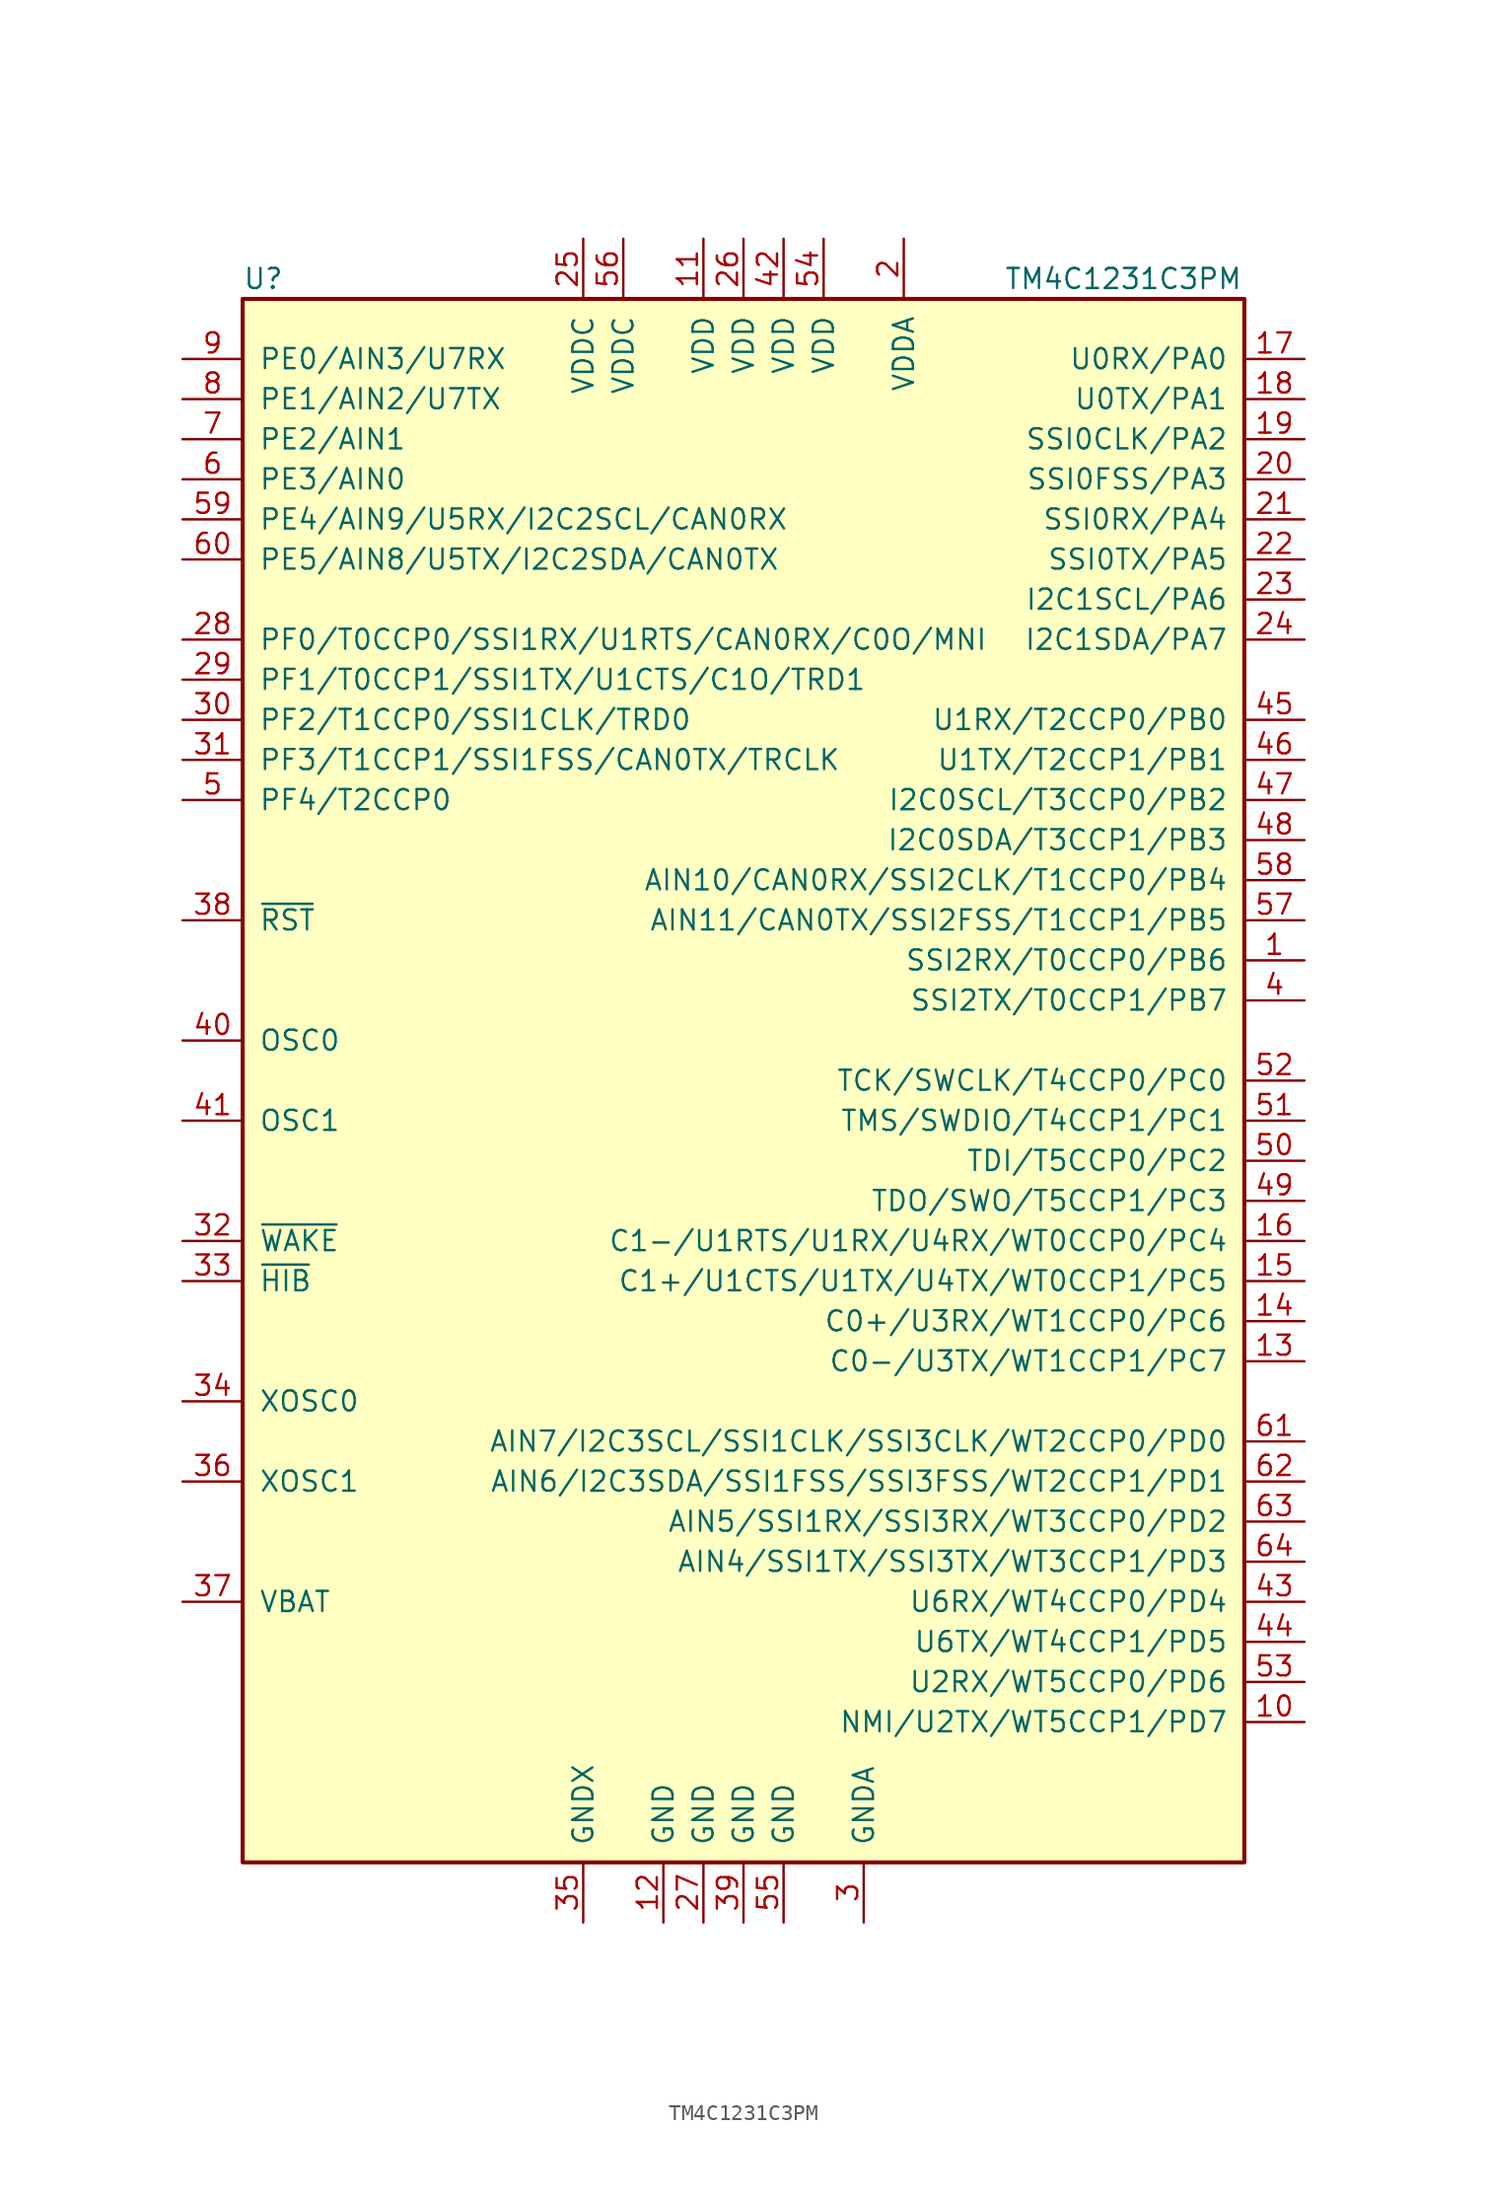
<source format=kicad_sym>
(kicad_symbol_lib
  (version 20201005)
  (generator kicad_symbol_editor)
  (symbol "TM4C1231C3PM"
    (pin_names
      (offset 1.016))
    (property "Reference" "U"
      (at -31.75 50.8 0)
      (effects (font (size 1.27 1.27)) (justify left)))
    (property "Value" "TM4C1231C3PM"
      (at 16.51 50.8 0)
      (effects (font (size 1.27 1.27)) (justify left)))
    (symbol "TM4C1231C3PM_0_1"
      (rectangle (start -31.75 49.53) (end 31.75 -49.53) (stroke (width 0.254)) (fill (type background))))
    (symbol "TM4C1231C3PM_1_1"
      (pin bidirectional line (at 35.56 7.62 180) (length 3.81) (name "SSI2RX/T0CCP0/PB6" (effects (font (size 1.27 1.27)))) (number "1" (effects (font (size 1.27 1.27)))))
      (pin bidirectional line (at 35.56 -40.64 180) (length 3.81) (name "NMI/U2TX/WT5CCP1/PD7" (effects (font (size 1.27 1.27)))) (number "10" (effects (font (size 1.27 1.27)))))
      (pin power_in line (at -2.54 53.34 270) (length 3.81) (name "VDD" (effects (font (size 1.27 1.27)))) (number "11" (effects (font (size 1.27 1.27)))))
      (pin power_in line (at -5.08 -53.34 90) (length 3.81) (name "GND" (effects (font (size 1.27 1.27)))) (number "12" (effects (font (size 1.27 1.27)))))
      (pin bidirectional line (at 35.56 -17.78 180) (length 3.81) (name "C0-/U3TX/WT1CCP1/PC7" (effects (font (size 1.27 1.27)))) (number "13" (effects (font (size 1.27 1.27)))))
      (pin bidirectional line (at 35.56 -15.24 180) (length 3.81) (name "C0+/U3RX/WT1CCP0/PC6" (effects (font (size 1.27 1.27)))) (number "14" (effects (font (size 1.27 1.27)))))
      (pin bidirectional line (at 35.56 -12.7 180) (length 3.81) (name "C1+/U1CTS/U1TX/U4TX/WT0CCP1/PC5" (effects (font (size 1.27 1.27)))) (number "15" (effects (font (size 1.27 1.27)))))
      (pin bidirectional line (at 35.56 -10.16 180) (length 3.81) (name "C1-/U1RTS/U1RX/U4RX/WT0CCP0/PC4" (effects (font (size 1.27 1.27)))) (number "16" (effects (font (size 1.27 1.27)))))
      (pin bidirectional line (at 35.56 45.72 180) (length 3.81) (name "U0RX/PA0" (effects (font (size 1.27 1.27)))) (number "17" (effects (font (size 1.27 1.27)))))
      (pin bidirectional line (at 35.56 43.18 180) (length 3.81) (name "U0TX/PA1" (effects (font (size 1.27 1.27)))) (number "18" (effects (font (size 1.27 1.27)))))
      (pin bidirectional line (at 35.56 40.64 180) (length 3.81) (name "SSI0CLK/PA2" (effects (font (size 1.27 1.27)))) (number "19" (effects (font (size 1.27 1.27)))))
      (pin power_in line (at 10.16 53.34 270) (length 3.81) (name "VDDA" (effects (font (size 1.27 1.27)))) (number "2" (effects (font (size 1.27 1.27)))))
      (pin bidirectional line (at 35.56 38.1 180) (length 3.81) (name "SSI0FSS/PA3" (effects (font (size 1.27 1.27)))) (number "20" (effects (font (size 1.27 1.27)))))
      (pin bidirectional line (at 35.56 35.56 180) (length 3.81) (name "SSI0RX/PA4" (effects (font (size 1.27 1.27)))) (number "21" (effects (font (size 1.27 1.27)))))
      (pin bidirectional line (at 35.56 33.02 180) (length 3.81) (name "SSI0TX/PA5" (effects (font (size 1.27 1.27)))) (number "22" (effects (font (size 1.27 1.27)))))
      (pin bidirectional line (at 35.56 30.48 180) (length 3.81) (name "I2C1SCL/PA6" (effects (font (size 1.27 1.27)))) (number "23" (effects (font (size 1.27 1.27)))))
      (pin bidirectional line (at 35.56 27.94 180) (length 3.81) (name "I2C1SDA/PA7" (effects (font (size 1.27 1.27)))) (number "24" (effects (font (size 1.27 1.27)))))
      (pin power_in line (at -10.16 53.34 270) (length 3.81) (name "VDDC" (effects (font (size 1.27 1.27)))) (number "25" (effects (font (size 1.27 1.27)))))
      (pin power_in line (at 0 53.34 270) (length 3.81) (name "VDD" (effects (font (size 1.27 1.27)))) (number "26" (effects (font (size 1.27 1.27)))))
      (pin power_in line (at -2.54 -53.34 90) (length 3.81) (name "GND" (effects (font (size 1.27 1.27)))) (number "27" (effects (font (size 1.27 1.27)))))
      (pin bidirectional line (at -35.56 27.94 0) (length 3.81) (name "PF0/T0CCP0/SSI1RX/U1RTS/CAN0RX/C0O/MNI" (effects (font (size 1.27 1.27)))) (number "28" (effects (font (size 1.27 1.27)))))
      (pin bidirectional line (at -35.56 25.4 0) (length 3.81) (name "PF1/T0CCP1/SSI1TX/U1CTS/C1O/TRD1" (effects (font (size 1.27 1.27)))) (number "29" (effects (font (size 1.27 1.27)))))
      (pin power_in line (at 7.62 -53.34 90) (length 3.81) (name "GNDA" (effects (font (size 1.27 1.27)))) (number "3" (effects (font (size 1.27 1.27)))))
      (pin bidirectional line (at -35.56 22.86 0) (length 3.81) (name "PF2/T1CCP0/SSI1CLK/TRD0" (effects (font (size 1.27 1.27)))) (number "30" (effects (font (size 1.27 1.27)))))
      (pin bidirectional line (at -35.56 20.32 0) (length 3.81) (name "PF3/T1CCP1/SSI1FSS/CAN0TX/TRCLK" (effects (font (size 1.27 1.27)))) (number "31" (effects (font (size 1.27 1.27)))))
      (pin input line (at -35.56 -10.16 0) (length 3.81) (name "~WAKE~" (effects (font (size 1.27 1.27)))) (number "32" (effects (font (size 1.27 1.27)))))
      (pin open_collector line (at -35.56 -12.7 0) (length 3.81) (name "~HIB~" (effects (font (size 1.27 1.27)))) (number "33" (effects (font (size 1.27 1.27)))))
      (pin passive line (at -35.56 -20.32 0) (length 3.81) (name "XOSC0" (effects (font (size 1.27 1.27)))) (number "34" (effects (font (size 1.27 1.27)))))
      (pin power_in line (at -10.16 -53.34 90) (length 3.81) (name "GNDX" (effects (font (size 1.27 1.27)))) (number "35" (effects (font (size 1.27 1.27)))))
      (pin passive line (at -35.56 -25.4 0) (length 3.81) (name "XOSC1" (effects (font (size 1.27 1.27)))) (number "36" (effects (font (size 1.27 1.27)))))
      (pin passive line (at -35.56 -33.02 0) (length 3.81) (name "VBAT" (effects (font (size 1.27 1.27)))) (number "37" (effects (font (size 1.27 1.27)))))
      (pin input line (at -35.56 10.16 0) (length 3.81) (name "~RST~" (effects (font (size 1.27 1.27)))) (number "38" (effects (font (size 1.27 1.27)))))
      (pin bidirectional line (at 0 -53.34 90) (length 3.81) (name "GND" (effects (font (size 1.27 1.27)))) (number "39" (effects (font (size 1.27 1.27)))))
      (pin bidirectional line (at 35.56 5.08 180) (length 3.81) (name "SSI2TX/T0CCP1/PB7" (effects (font (size 1.27 1.27)))) (number "4" (effects (font (size 1.27 1.27)))))
      (pin passive line (at -35.56 2.54 0) (length 3.81) (name "OSC0" (effects (font (size 1.27 1.27)))) (number "40" (effects (font (size 1.27 1.27)))))
      (pin passive line (at -35.56 -2.54 0) (length 3.81) (name "OSC1" (effects (font (size 1.27 1.27)))) (number "41" (effects (font (size 1.27 1.27)))))
      (pin power_in line (at 2.54 53.34 270) (length 3.81) (name "VDD" (effects (font (size 1.27 1.27)))) (number "42" (effects (font (size 1.27 1.27)))))
      (pin bidirectional line (at 35.56 -33.02 180) (length 3.81) (name "U6RX/WT4CCP0/PD4" (effects (font (size 1.27 1.27)))) (number "43" (effects (font (size 1.27 1.27)))))
      (pin bidirectional line (at 35.56 -35.56 180) (length 3.81) (name "U6TX/WT4CCP1/PD5" (effects (font (size 1.27 1.27)))) (number "44" (effects (font (size 1.27 1.27)))))
      (pin bidirectional line (at 35.56 22.86 180) (length 3.81) (name "U1RX/T2CCP0/PB0" (effects (font (size 1.27 1.27)))) (number "45" (effects (font (size 1.27 1.27)))))
      (pin bidirectional line (at 35.56 20.32 180) (length 3.81) (name "U1TX/T2CCP1/PB1" (effects (font (size 1.27 1.27)))) (number "46" (effects (font (size 1.27 1.27)))))
      (pin bidirectional line (at 35.56 17.78 180) (length 3.81) (name "I2C0SCL/T3CCP0/PB2" (effects (font (size 1.27 1.27)))) (number "47" (effects (font (size 1.27 1.27)))))
      (pin bidirectional line (at 35.56 15.24 180) (length 3.81) (name "I2C0SDA/T3CCP1/PB3" (effects (font (size 1.27 1.27)))) (number "48" (effects (font (size 1.27 1.27)))))
      (pin bidirectional line (at 35.56 -7.62 180) (length 3.81) (name "TDO/SWO/T5CCP1/PC3" (effects (font (size 1.27 1.27)))) (number "49" (effects (font (size 1.27 1.27)))))
      (pin bidirectional line (at -35.56 17.78 0) (length 3.81) (name "PF4/T2CCP0" (effects (font (size 1.27 1.27)))) (number "5" (effects (font (size 1.27 1.27)))))
      (pin bidirectional line (at 35.56 -5.08 180) (length 3.81) (name "TDI/T5CCP0/PC2" (effects (font (size 1.27 1.27)))) (number "50" (effects (font (size 1.27 1.27)))))
      (pin bidirectional line (at 35.56 -2.54 180) (length 3.81) (name "TMS/SWDIO/T4CCP1/PC1" (effects (font (size 1.27 1.27)))) (number "51" (effects (font (size 1.27 1.27)))))
      (pin bidirectional line (at 35.56 0 180) (length 3.81) (name "TCK/SWCLK/T4CCP0/PC0" (effects (font (size 1.27 1.27)))) (number "52" (effects (font (size 1.27 1.27)))))
      (pin bidirectional line (at 35.56 -38.1 180) (length 3.81) (name "U2RX/WT5CCP0/PD6" (effects (font (size 1.27 1.27)))) (number "53" (effects (font (size 1.27 1.27)))))
      (pin power_in line (at 5.08 53.34 270) (length 3.81) (name "VDD" (effects (font (size 1.27 1.27)))) (number "54" (effects (font (size 1.27 1.27)))))
      (pin power_in line (at 2.54 -53.34 90) (length 3.81) (name "GND" (effects (font (size 1.27 1.27)))) (number "55" (effects (font (size 1.27 1.27)))))
      (pin power_in line (at -7.62 53.34 270) (length 3.81) (name "VDDC" (effects (font (size 1.27 1.27)))) (number "56" (effects (font (size 1.27 1.27)))))
      (pin bidirectional line (at 35.56 10.16 180) (length 3.81) (name "AIN11/CAN0TX/SSI2FSS/T1CCP1/PB5" (effects (font (size 1.27 1.27)))) (number "57" (effects (font (size 1.27 1.27)))))
      (pin bidirectional line (at 35.56 12.7 180) (length 3.81) (name "AIN10/CAN0RX/SSI2CLK/T1CCP0/PB4" (effects (font (size 1.27 1.27)))) (number "58" (effects (font (size 1.27 1.27)))))
      (pin bidirectional line (at -35.56 35.56 0) (length 3.81) (name "PE4/AIN9/U5RX/I2C2SCL/CAN0RX" (effects (font (size 1.27 1.27)))) (number "59" (effects (font (size 1.27 1.27)))))
      (pin bidirectional line (at -35.56 38.1 0) (length 3.81) (name "PE3/AIN0" (effects (font (size 1.27 1.27)))) (number "6" (effects (font (size 1.27 1.27)))))
      (pin bidirectional line (at -35.56 33.02 0) (length 3.81) (name "PE5/AIN8/U5TX/I2C2SDA/CAN0TX" (effects (font (size 1.27 1.27)))) (number "60" (effects (font (size 1.27 1.27)))))
      (pin bidirectional line (at 35.56 -22.86 180) (length 3.81) (name "AIN7/I2C3SCL/SSI1CLK/SSI3CLK/WT2CCP0/PD0" (effects (font (size 1.27 1.27)))) (number "61" (effects (font (size 1.27 1.27)))))
      (pin bidirectional line (at 35.56 -25.4 180) (length 3.81) (name "AIN6/I2C3SDA/SSI1FSS/SSI3FSS/WT2CCP1/PD1" (effects (font (size 1.27 1.27)))) (number "62" (effects (font (size 1.27 1.27)))))
      (pin bidirectional line (at 35.56 -27.94 180) (length 3.81) (name "AIN5/SSI1RX/SSI3RX/WT3CCP0/PD2" (effects (font (size 1.27 1.27)))) (number "63" (effects (font (size 1.27 1.27)))))
      (pin bidirectional line (at 35.56 -30.48 180) (length 3.81) (name "AIN4/SSI1TX/SSI3TX/WT3CCP1/PD3" (effects (font (size 1.27 1.27)))) (number "64" (effects (font (size 1.27 1.27)))))
      (pin bidirectional line (at -35.56 40.64 0) (length 3.81) (name "PE2/AIN1" (effects (font (size 1.27 1.27)))) (number "7" (effects (font (size 1.27 1.27)))))
      (pin bidirectional line (at -35.56 43.18 0) (length 3.81) (name "PE1/AIN2/U7TX" (effects (font (size 1.27 1.27)))) (number "8" (effects (font (size 1.27 1.27)))))
      (pin bidirectional line (at -35.56 45.72 0) (length 3.81) (name "PE0/AIN3/U7RX" (effects (font (size 1.27 1.27)))) (number "9" (effects (font (size 1.27 1.27))))))))
</source>
